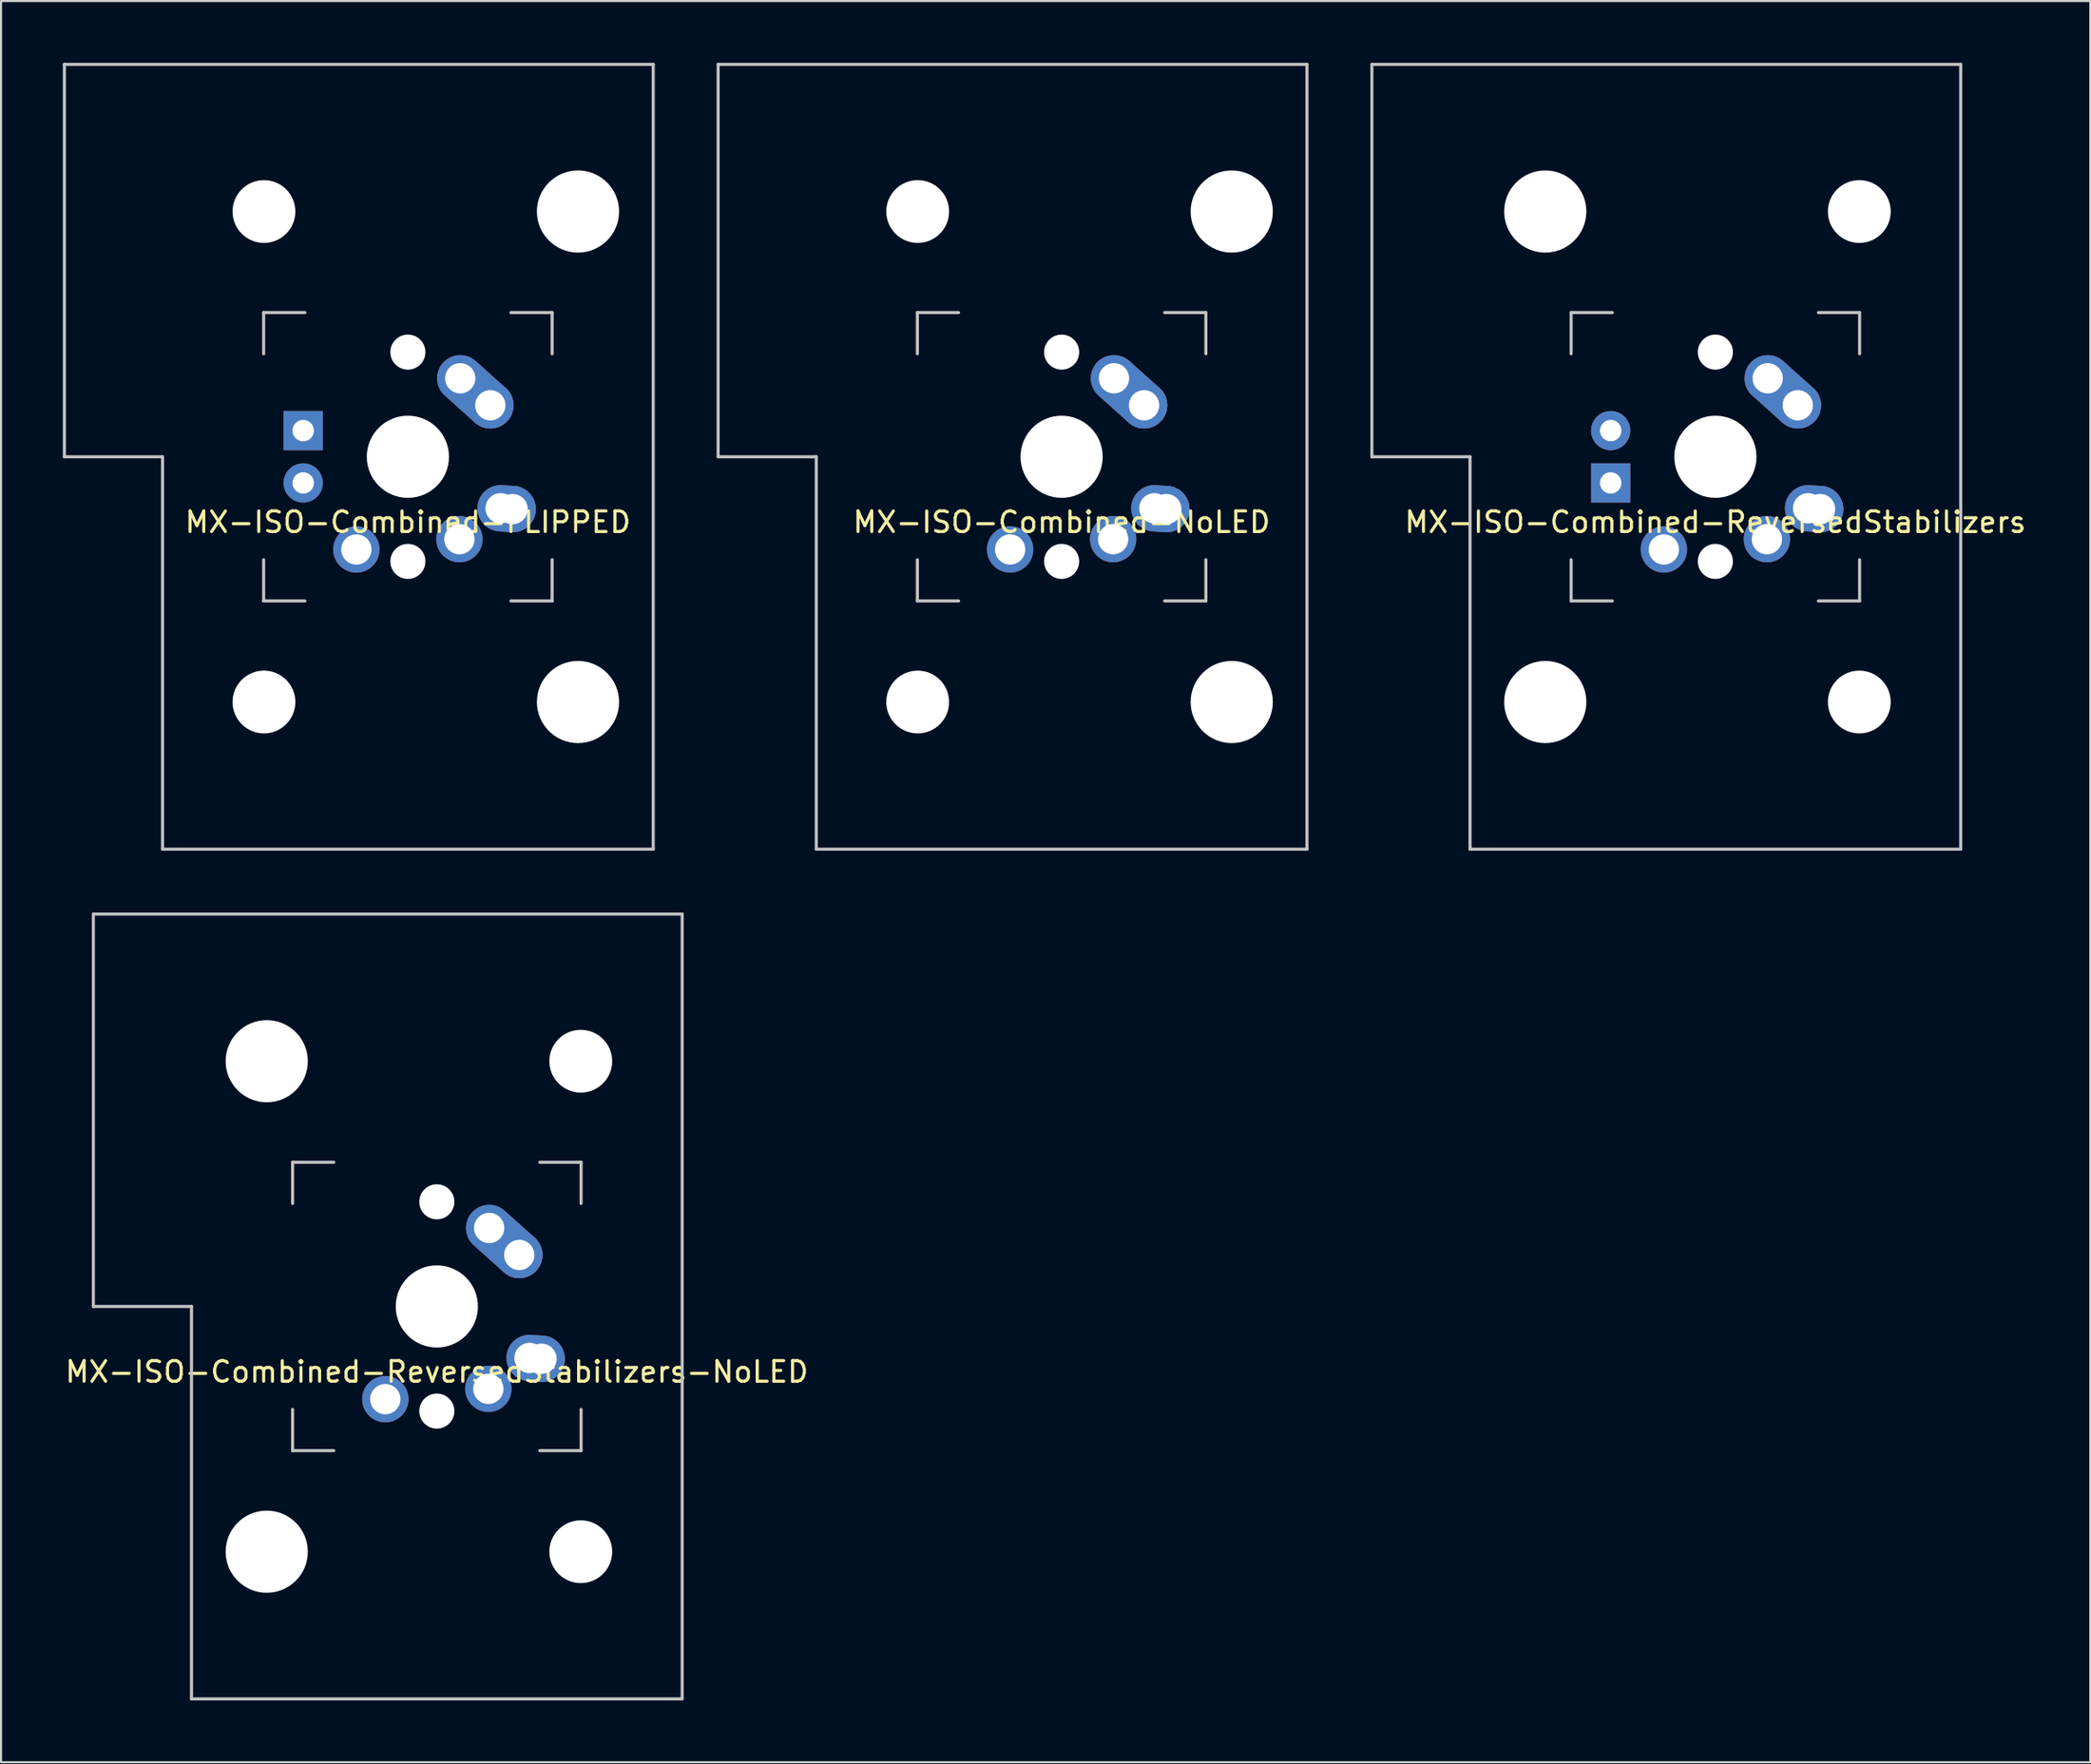
<source format=kicad_pcb>
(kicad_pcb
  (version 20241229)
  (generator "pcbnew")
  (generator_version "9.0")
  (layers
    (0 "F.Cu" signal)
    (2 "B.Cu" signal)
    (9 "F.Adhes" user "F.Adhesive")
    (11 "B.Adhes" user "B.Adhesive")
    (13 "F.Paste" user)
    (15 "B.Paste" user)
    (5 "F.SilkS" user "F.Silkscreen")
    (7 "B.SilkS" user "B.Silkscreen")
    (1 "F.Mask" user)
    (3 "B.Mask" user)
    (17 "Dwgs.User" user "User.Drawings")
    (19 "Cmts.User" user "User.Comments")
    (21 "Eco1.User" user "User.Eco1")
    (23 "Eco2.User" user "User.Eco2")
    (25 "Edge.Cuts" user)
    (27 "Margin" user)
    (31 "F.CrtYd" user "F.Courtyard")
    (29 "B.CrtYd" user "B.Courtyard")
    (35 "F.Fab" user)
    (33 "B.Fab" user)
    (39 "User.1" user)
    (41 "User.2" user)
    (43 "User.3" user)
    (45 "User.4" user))
  (footprint "MX-ISO-Combined-ReversedStabilizers-NoLED"
    (layer "F.Cu")
    (at 18.149 60.375)
    (property "Reference" "MX-ISO-Combined-ReversedStabilizers-NoLED" (at 0 3.175 0) (layer "F.SilkS") (effects (font (size 1 1) (thickness 0.15))))
    (attr through_hole)
    (fp_line (start -16.669 -19.05) (end -16.669 0) (stroke (width 0.15) (type solid)) (layer "Dwgs.User"))
    (fp_line (start -16.669 -19.05) (end 11.906 -19.05) (stroke (width 0.15) (type solid)) (layer "Dwgs.User"))
    (fp_line (start -11.906 0) (end -16.669 0) (stroke (width 0.15) (type solid)) (layer "Dwgs.User"))
    (fp_line (start -11.906 19.05) (end -11.906 0) (stroke (width 0.15) (type solid)) (layer "Dwgs.User"))
    (fp_line (start -11.906 19.05) (end 11.906 19.05) (stroke (width 0.15) (type solid)) (layer "Dwgs.User"))
    (fp_line (start -7 -7) (end -7 -5) (stroke (width 0.15) (type solid)) (layer "Dwgs.User"))
    (fp_line (start -7 5) (end -7 7) (stroke (width 0.15) (type solid)) (layer "Dwgs.User"))
    (fp_line (start -7 7) (end -5 7) (stroke (width 0.15) (type solid)) (layer "Dwgs.User"))
    (fp_line (start -5 -7) (end -7 -7) (stroke (width 0.15) (type solid)) (layer "Dwgs.User"))
    (fp_line (start 5 -7) (end 7 -7) (stroke (width 0.15) (type solid)) (layer "Dwgs.User"))
    (fp_line (start 5 7) (end 7 7) (stroke (width 0.15) (type solid)) (layer "Dwgs.User"))
    (fp_line (start 7 -7) (end 7 -5) (stroke (width 0.15) (type solid)) (layer "Dwgs.User"))
    (fp_line (start 7 7) (end 7 5) (stroke (width 0.15) (type solid)) (layer "Dwgs.User"))
    (fp_line (start 11.906 -19.05) (end 11.906 19.05) (stroke (width 0.15) (type solid)) (layer "Dwgs.User"))
    (pad "" np_thru_hole circle (at -8.255 -11.906) (size 3.988 3.988) (drill 3.988) (layers "*.Cu" "*.Mask"))
    (pad "" np_thru_hole circle (at -8.255 11.906) (size 3.988 3.988) (drill 3.988) (layers "*.Cu" "*.Mask"))
    (pad "" np_thru_hole circle (at 0 -5.08 48.1) (size 1.702 1.702) (drill 1.702) (layers "*.Cu" "*.Mask"))
    (pad "" np_thru_hole circle (at 0 0) (size 3.988 3.988) (drill 3.988) (layers "*.Cu" "*.Mask"))
    (pad "" np_thru_hole circle (at 0 5.08 48.1) (size 1.702 1.702) (drill 1.702) (layers "*.Cu" "*.Mask"))
    (pad "" np_thru_hole circle (at 6.985 -11.906) (size 3.048 3.048) (drill 3.048) (layers "*.Cu" "*.Mask"))
    (pad "" np_thru_hole circle (at 6.985 11.906) (size 3.048 3.048) (drill 3.048) (layers "*.Cu" "*.Mask"))
    (pad "1" thru_hole circle (at 2.5 4) (size 2.25 2.25) (drill 1.47) (layers "*.Cu" "*.Mask"))
    (pad "1" thru_hole oval (at 4.5 2.5 356.055) (size 2.831 2.25) (drill 1.47 (offset 0.291 0)) (layers "*.Cu" "*.Mask"))
    (pad "1" thru_hole circle (at 5.08 2.54) (size 2.25 2.25) (drill 1.47) (layers "*.Cu" "*.Mask"))
    (pad "2" thru_hole circle (at -2.5 4.5) (size 2.25 2.25) (drill 1.47) (layers "*.Cu" "*.Mask"))
    (pad "2" thru_hole oval (at 2.54 -3.81 318.1) (size 4.212 2.25) (drill 1.47 (offset 0.981 0)) (layers "*.Cu" "*.Mask"))
    (pad "2" thru_hole circle (at 4 -2.5) (size 2.25 2.25) (drill 1.47) (layers "*.Cu" "*.Mask")))
  (footprint "MX-ISO-Combined-NoLED"
    (layer "F.Cu")
    (at 48.469 19.125)
    (property "Reference" "MX-ISO-Combined-NoLED" (at 0 3.175 0) (layer "F.SilkS") (effects (font (size 1 1) (thickness 0.15))))
    (attr through_hole)
    (fp_line (start -16.669 -19.05) (end -16.669 0) (stroke (width 0.15) (type solid)) (layer "Dwgs.User"))
    (fp_line (start -16.669 -19.05) (end 11.906 -19.05) (stroke (width 0.15) (type solid)) (layer "Dwgs.User"))
    (fp_line (start -11.906 0) (end -16.669 0) (stroke (width 0.15) (type solid)) (layer "Dwgs.User"))
    (fp_line (start -11.906 19.05) (end -11.906 0) (stroke (width 0.15) (type solid)) (layer "Dwgs.User"))
    (fp_line (start -11.906 19.05) (end 11.906 19.05) (stroke (width 0.15) (type solid)) (layer "Dwgs.User"))
    (fp_line (start -7 -7) (end -7 -5) (stroke (width 0.15) (type solid)) (layer "Dwgs.User"))
    (fp_line (start -7 5) (end -7 7) (stroke (width 0.15) (type solid)) (layer "Dwgs.User"))
    (fp_line (start -7 7) (end -5 7) (stroke (width 0.15) (type solid)) (layer "Dwgs.User"))
    (fp_line (start -5 -7) (end -7 -7) (stroke (width 0.15) (type solid)) (layer "Dwgs.User"))
    (fp_line (start 5 -7) (end 7 -7) (stroke (width 0.15) (type solid)) (layer "Dwgs.User"))
    (fp_line (start 5 7) (end 7 7) (stroke (width 0.15) (type solid)) (layer "Dwgs.User"))
    (fp_line (start 7 -7) (end 7 -5) (stroke (width 0.15) (type solid)) (layer "Dwgs.User"))
    (fp_line (start 7 7) (end 7 5) (stroke (width 0.15) (type solid)) (layer "Dwgs.User"))
    (fp_line (start 11.906 -19.05) (end 11.906 19.05) (stroke (width 0.15) (type solid)) (layer "Dwgs.User"))
    (pad "" np_thru_hole circle (at -6.985 -11.906) (size 3.048 3.048) (drill 3.048) (layers "*.Cu" "*.Mask"))
    (pad "" np_thru_hole circle (at -6.985 11.906) (size 3.048 3.048) (drill 3.048) (layers "*.Cu" "*.Mask"))
    (pad "" np_thru_hole circle (at 0 -5.08 48.1) (size 1.702 1.702) (drill 1.702) (layers "*.Cu" "*.Mask"))
    (pad "" np_thru_hole circle (at 0 0) (size 3.988 3.988) (drill 3.988) (layers "*.Cu" "*.Mask"))
    (pad "" np_thru_hole circle (at 0 5.08 48.1) (size 1.702 1.702) (drill 1.702) (layers "*.Cu" "*.Mask"))
    (pad "" np_thru_hole circle (at 8.255 -11.906) (size 3.988 3.988) (drill 3.988) (layers "*.Cu" "*.Mask"))
    (pad "" np_thru_hole circle (at 8.255 11.906) (size 3.988 3.988) (drill 3.988) (layers "*.Cu" "*.Mask"))
    (pad "1" thru_hole circle (at 2.5 4) (size 2.25 2.25) (drill 1.47) (layers "*.Cu" "*.Mask"))
    (pad "1" thru_hole oval (at 4.5 2.5 356.055) (size 2.831 2.25) (drill 1.47 (offset 0.291 0)) (layers "*.Cu" "*.Mask"))
    (pad "1" thru_hole circle (at 5.08 2.54) (size 2.25 2.25) (drill 1.47) (layers "*.Cu" "*.Mask"))
    (pad "2" thru_hole circle (at -2.5 4.5) (size 2.25 2.25) (drill 1.47) (layers "*.Cu" "*.Mask"))
    (pad "2" thru_hole oval (at 2.54 -3.81 318.1) (size 4.212 2.25) (drill 1.47 (offset 0.981 0)) (layers "*.Cu" "*.Mask"))
    (pad "2" thru_hole circle (at 4 -2.5) (size 2.25 2.25) (drill 1.47) (layers "*.Cu" "*.Mask")))
  (footprint "MX-ISO-Combined-ReversedStabilizers"
    (layer "F.Cu")
    (at 80.194 19.125)
    (property "Reference" "MX-ISO-Combined-ReversedStabilizers" (at 0 3.175 0) (layer "F.SilkS") (effects (font (size 1 1) (thickness 0.15))))
    (attr through_hole)
    (fp_line (start -16.669 -19.05) (end -16.669 0) (stroke (width 0.15) (type solid)) (layer "Dwgs.User"))
    (fp_line (start -16.669 -19.05) (end 11.906 -19.05) (stroke (width 0.15) (type solid)) (layer "Dwgs.User"))
    (fp_line (start -11.906 0) (end -16.669 0) (stroke (width 0.15) (type solid)) (layer "Dwgs.User"))
    (fp_line (start -11.906 19.05) (end -11.906 0) (stroke (width 0.15) (type solid)) (layer "Dwgs.User"))
    (fp_line (start -11.906 19.05) (end 11.906 19.05) (stroke (width 0.15) (type solid)) (layer "Dwgs.User"))
    (fp_line (start -7 -7) (end -7 -5) (stroke (width 0.15) (type solid)) (layer "Dwgs.User"))
    (fp_line (start -7 5) (end -7 7) (stroke (width 0.15) (type solid)) (layer "Dwgs.User"))
    (fp_line (start -7 7) (end -5 7) (stroke (width 0.15) (type solid)) (layer "Dwgs.User"))
    (fp_line (start -5 -7) (end -7 -7) (stroke (width 0.15) (type solid)) (layer "Dwgs.User"))
    (fp_line (start 5 -7) (end 7 -7) (stroke (width 0.15) (type solid)) (layer "Dwgs.User"))
    (fp_line (start 5 7) (end 7 7) (stroke (width 0.15) (type solid)) (layer "Dwgs.User"))
    (fp_line (start 7 -7) (end 7 -5) (stroke (width 0.15) (type solid)) (layer "Dwgs.User"))
    (fp_line (start 7 7) (end 7 5) (stroke (width 0.15) (type solid)) (layer "Dwgs.User"))
    (fp_line (start 11.906 -19.05) (end 11.906 19.05) (stroke (width 0.15) (type solid)) (layer "Dwgs.User"))
    (pad "" np_thru_hole circle (at -8.255 -11.906) (size 3.988 3.988) (drill 3.988) (layers "*.Cu" "*.Mask"))
    (pad "" np_thru_hole circle (at -8.255 11.906) (size 3.988 3.988) (drill 3.988) (layers "*.Cu" "*.Mask"))
    (pad "" np_thru_hole circle (at 0 -5.08 48.1) (size 1.702 1.702) (drill 1.702) (layers "*.Cu" "*.Mask"))
    (pad "" np_thru_hole circle (at 0 0) (size 3.988 3.988) (drill 3.988) (layers "*.Cu" "*.Mask"))
    (pad "" np_thru_hole circle (at 0 5.08 48.1) (size 1.702 1.702) (drill 1.702) (layers "*.Cu" "*.Mask"))
    (pad "" np_thru_hole circle (at 6.985 -11.906) (size 3.048 3.048) (drill 3.048) (layers "*.Cu" "*.Mask"))
    (pad "" np_thru_hole circle (at 6.985 11.906) (size 3.048 3.048) (drill 3.048) (layers "*.Cu" "*.Mask"))
    (pad "1" thru_hole circle (at 2.5 4) (size 2.25 2.25) (drill 1.47) (layers "*.Cu" "*.Mask"))
    (pad "1" thru_hole oval (at 4.5 2.5 356.055) (size 2.831 2.25) (drill 1.47 (offset 0.291 0)) (layers "*.Cu" "*.Mask"))
    (pad "1" thru_hole circle (at 5.08 2.54) (size 2.25 2.25) (drill 1.47) (layers "*.Cu" "*.Mask"))
    (pad "2" thru_hole circle (at -2.5 4.5) (size 2.25 2.25) (drill 1.47) (layers "*.Cu" "*.Mask"))
    (pad "2" thru_hole oval (at 2.54 -3.81 318.1) (size 4.212 2.25) (drill 1.47 (offset 0.981 0)) (layers "*.Cu" "*.Mask"))
    (pad "2" thru_hole circle (at 4 -2.5) (size 2.25 2.25) (drill 1.47) (layers "*.Cu" "*.Mask"))
    (pad "3" thru_hole circle (at -5.08 -1.27) (size 1.905 1.905) (drill 1.04) (layers "*.Cu" "*.Mask"))
    (pad "4" thru_hole rect (at -5.08 1.27) (size 1.905 1.905) (drill 1.04) (layers "*.Cu" "*.Mask")))
  (footprint "MX-ISO-Combined-FLIPPED"
    (layer "F.Cu")
    (at 16.744 19.125)
    (property "Reference" "MX-ISO-Combined-FLIPPED" (at 0 3.175 0) (layer "F.SilkS") (effects (font (size 1 1) (thickness 0.15))))
    (attr through_hole)
    (fp_line (start -16.669 -19.05) (end -16.669 0) (stroke (width 0.15) (type solid)) (layer "Dwgs.User"))
    (fp_line (start -16.669 -19.05) (end 11.906 -19.05) (stroke (width 0.15) (type solid)) (layer "Dwgs.User"))
    (fp_line (start -11.906 0) (end -16.669 0) (stroke (width 0.15) (type solid)) (layer "Dwgs.User"))
    (fp_line (start -11.906 19.05) (end -11.906 0) (stroke (width 0.15) (type solid)) (layer "Dwgs.User"))
    (fp_line (start -11.906 19.05) (end 11.906 19.05) (stroke (width 0.15) (type solid)) (layer "Dwgs.User"))
    (fp_line (start -7 -7) (end -7 -5) (stroke (width 0.15) (type solid)) (layer "Dwgs.User"))
    (fp_line (start -7 5) (end -7 7) (stroke (width 0.15) (type solid)) (layer "Dwgs.User"))
    (fp_line (start -7 7) (end -5 7) (stroke (width 0.15) (type solid)) (layer "Dwgs.User"))
    (fp_line (start -5 -7) (end -7 -7) (stroke (width 0.15) (type solid)) (layer "Dwgs.User"))
    (fp_line (start 5 -7) (end 7 -7) (stroke (width 0.15) (type solid)) (layer "Dwgs.User"))
    (fp_line (start 5 7) (end 7 7) (stroke (width 0.15) (type solid)) (layer "Dwgs.User"))
    (fp_line (start 7 -7) (end 7 -5) (stroke (width 0.15) (type solid)) (layer "Dwgs.User"))
    (fp_line (start 7 7) (end 7 5) (stroke (width 0.15) (type solid)) (layer "Dwgs.User"))
    (fp_line (start 11.906 -19.05) (end 11.906 19.05) (stroke (width 0.15) (type solid)) (layer "Dwgs.User"))
    (pad "" np_thru_hole circle (at -6.985 -11.906) (size 3.048 3.048) (drill 3.048) (layers "*.Cu" "*.Mask"))
    (pad "" np_thru_hole circle (at -6.985 11.906) (size 3.048 3.048) (drill 3.048) (layers "*.Cu" "*.Mask"))
    (pad "" np_thru_hole circle (at 0 -5.08 48.1) (size 1.702 1.702) (drill 1.702) (layers "*.Cu" "*.Mask"))
    (pad "" np_thru_hole circle (at 0 0) (size 3.988 3.988) (drill 3.988) (layers "*.Cu" "*.Mask"))
    (pad "" np_thru_hole circle (at 0 5.08 48.1) (size 1.702 1.702) (drill 1.702) (layers "*.Cu" "*.Mask"))
    (pad "" np_thru_hole circle (at 8.255 -11.906) (size 3.988 3.988) (drill 3.988) (layers "*.Cu" "*.Mask"))
    (pad "" np_thru_hole circle (at 8.255 11.906) (size 3.988 3.988) (drill 3.988) (layers "*.Cu" "*.Mask"))
    (pad "1" thru_hole circle (at 2.5 4) (size 2.25 2.25) (drill 1.47) (layers "*.Cu" "*.Mask"))
    (pad "1" thru_hole oval (at 4.5 2.5 356.055) (size 2.831 2.25) (drill 1.47 (offset 0.291 0)) (layers "*.Cu" "*.Mask"))
    (pad "1" thru_hole circle (at 5.08 2.54) (size 2.25 2.25) (drill 1.47) (layers "*.Cu" "*.Mask"))
    (pad "2" thru_hole circle (at -2.5 4.5) (size 2.25 2.25) (drill 1.47) (layers "*.Cu" "*.Mask"))
    (pad "2" thru_hole oval (at 2.54 -3.81 318.1) (size 4.212 2.25) (drill 1.47 (offset 0.981 0)) (layers "*.Cu" "*.Mask"))
    (pad "2" thru_hole circle (at 4 -2.5) (size 2.25 2.25) (drill 1.47) (layers "*.Cu" "*.Mask"))
    (pad "3" thru_hole circle (at -5.08 1.27) (size 1.905 1.905) (drill 1.04) (layers "*.Cu" "*.Mask"))
    (pad "4" thru_hole rect (at -5.08 -1.27) (size 1.905 1.905) (drill 1.04) (layers "*.Cu" "*.Mask")))
  (gr_rect
    (start -3 -3)
    (end 98.39 82.5)
    (stroke (width 0.1) (type default))
    (fill no)
    (layer "Edge.Cuts")))
</source>
